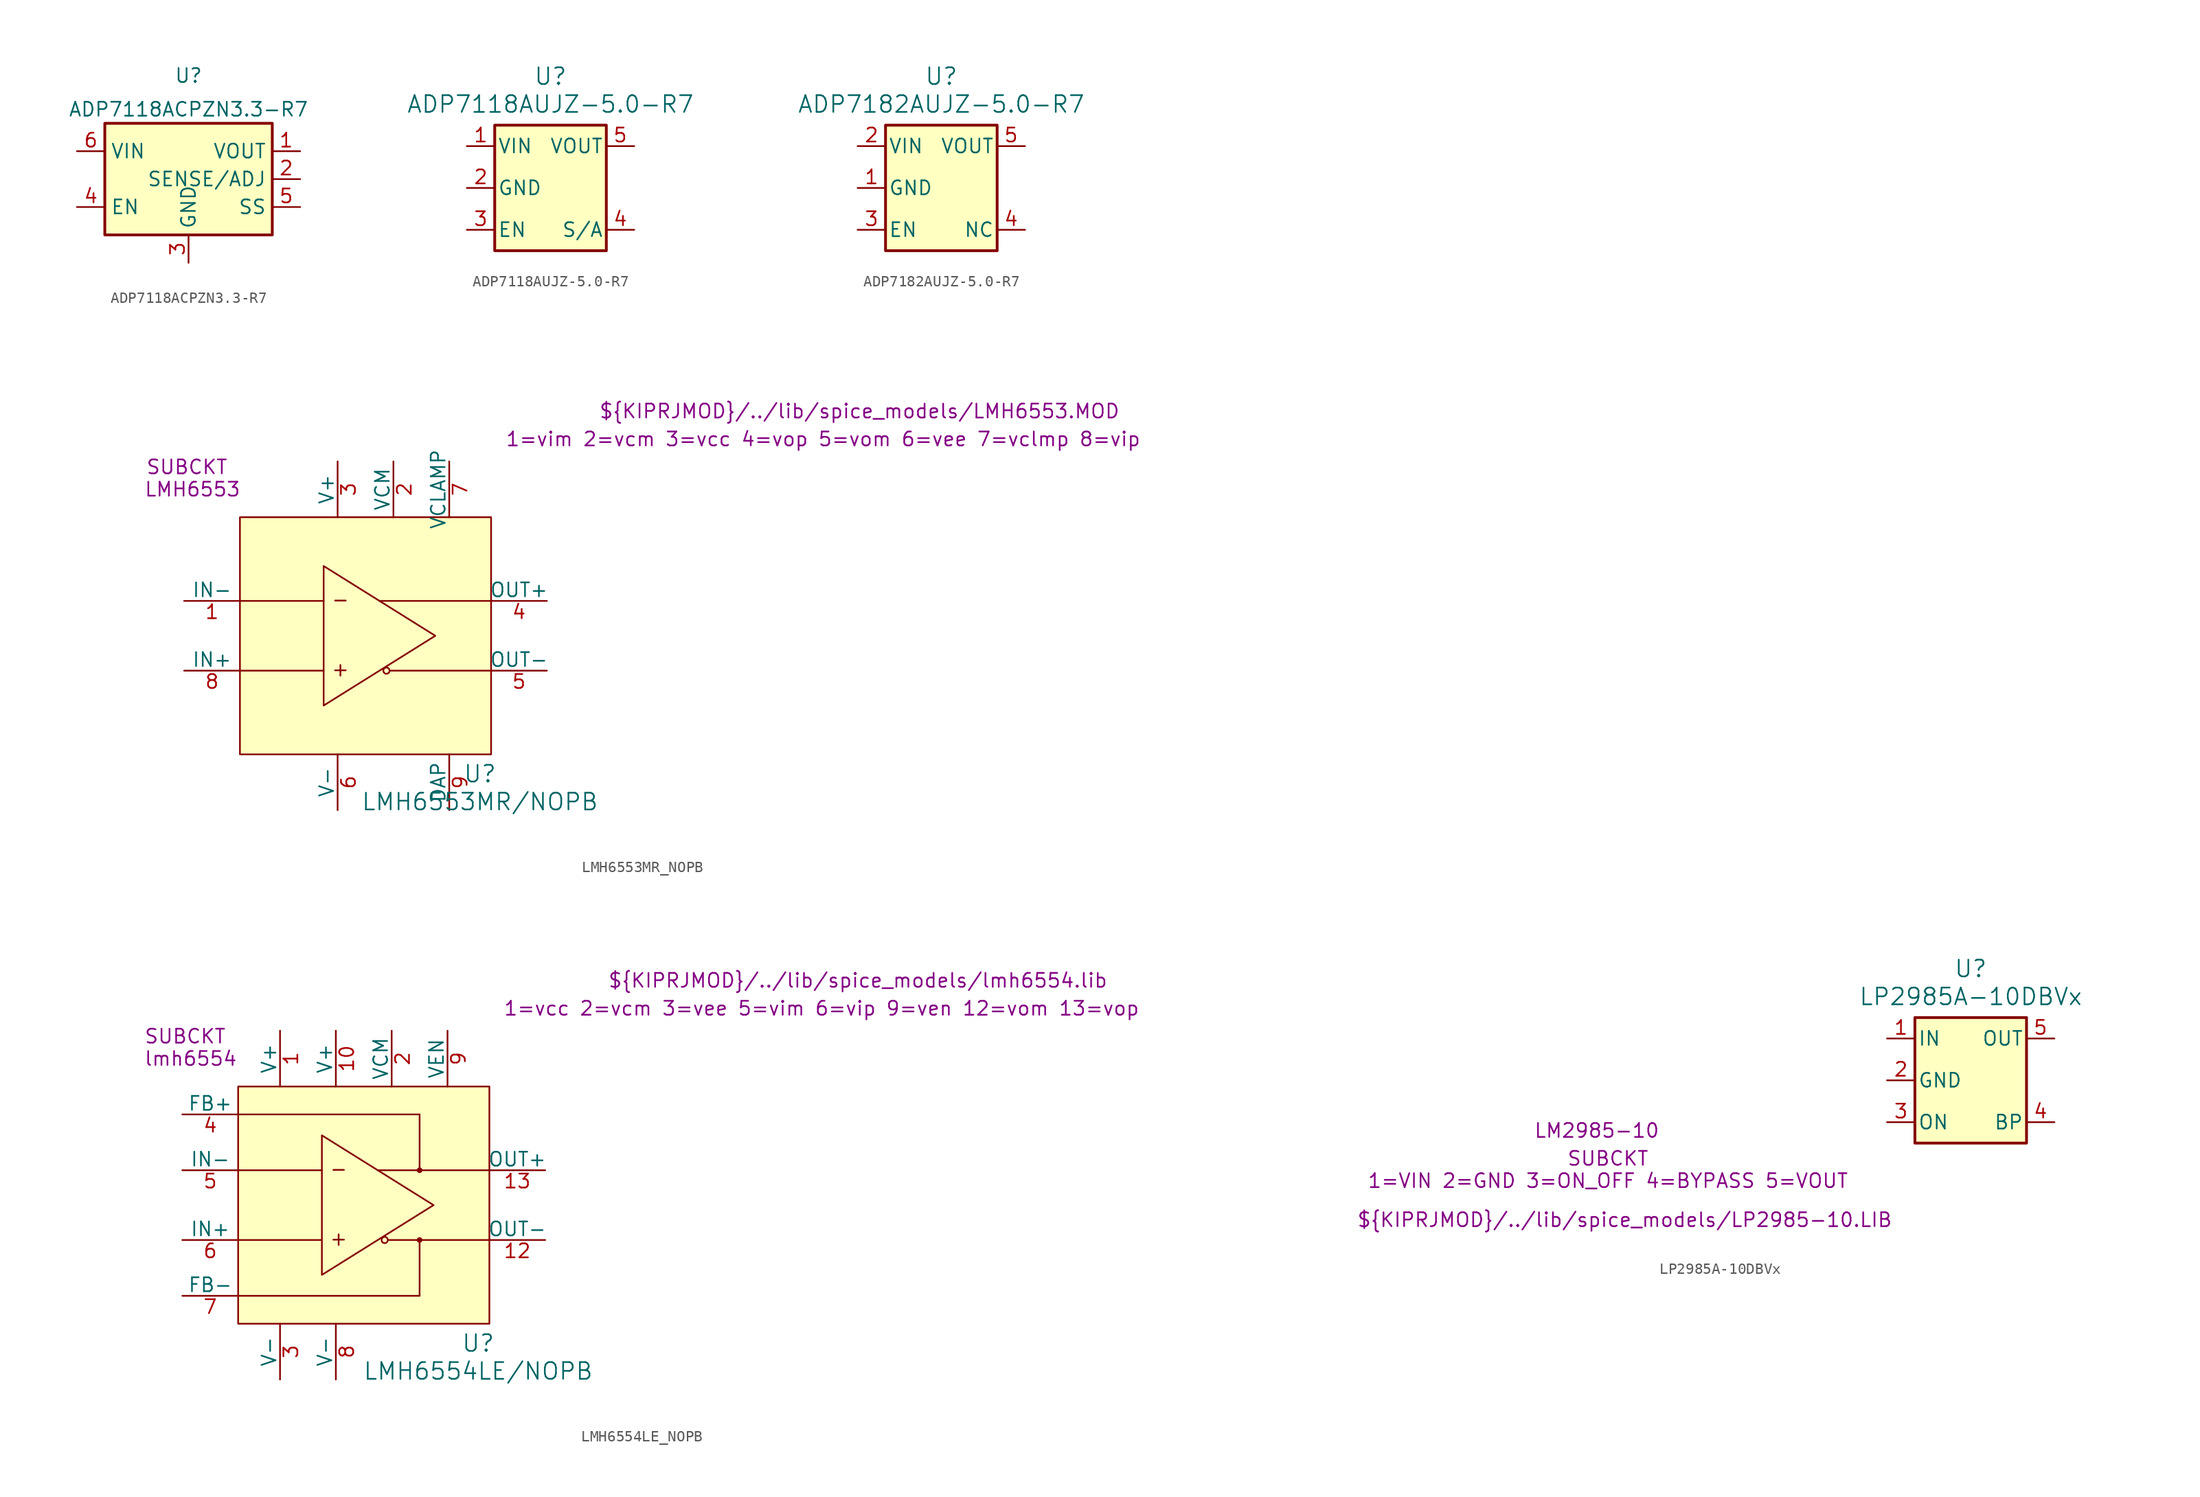
<source format=kicad_sym>
(kicad_symbol_lib
  (version 20241209)
  (generator "kicad_symbol_editor")
  (generator_version "9.0")
  (symbol "ADP7118ACPZN3.3-R7"
    (property "Reference" "U"
      (at 0 10.16 0)
      (effects (font (size 1.27 1.27)) (justify top)))
    (property "Value" "ADP7118ACPZN3.3-R7"
      (at 0 6.35 0)
      (effects (font (size 1.27 1.27))))
    (symbol "ADP7118ACPZN3.3-R7_0_1"
      (rectangle (start -7.62 5.08) (end 7.62 -5.08) (stroke (width 0.254) (type default)) (fill (type background))))
    (symbol "ADP7118ACPZN3.3-R7_1_1"
      (pin power_in line (at -10.16 2.54 0) (length 2.54) (name "VIN" (effects (font (size 1.27 1.27)))) (number "6" (effects (font (size 1.27 1.27)))))
      (pin input line (at -10.16 -2.54 0) (length 2.54) (name "EN" (effects (font (size 1.27 1.27)))) (number "4" (effects (font (size 1.27 1.27)))))
      (pin power_in line (at 0 -7.62 90) (length 2.54) (name "GND" (effects (font (size 1.27 1.27)))) (number "3" (effects (font (size 1.27 1.27)))))
      (pin passive line (at 0 -7.62 90) (length 2.54) (hide yes) (name "GND" (effects (font (size 1.27 1.27)))) (number "7" (effects (font (size 1.27 1.27)))))
      (pin power_out line (at 10.16 2.54 180) (length 2.54) (name "VOUT" (effects (font (size 1.27 1.27)))) (number "1" (effects (font (size 1.27 1.27)))))
      (pin input line (at 10.16 0 180) (length 2.54) (name "SENSE/ADJ" (effects (font (size 1.27 1.27)))) (number "2" (effects (font (size 1.27 1.27)))))
      (pin passive line (at 10.16 -2.54 180) (length 2.54) (name "SS" (effects (font (size 1.27 1.27)))) (number "5" (effects (font (size 1.27 1.27)))))))
  (symbol "ADP7118AUJZ-5.0-R7"
    (pin_names
      (offset 0.254))
    (property "Reference" "U"
      (at 7.62 6.35 0)
      (effects (font (size 1.524 1.524))))
    (property "Value" "ADP7118AUJZ-5.0-R7"
      (at 7.62 3.81 0)
      (effects (font (size 1.524 1.524))))
    (symbol "ADP7118AUJZ-5.0-R7_0_1"
      (rectangle (start 2.54 1.905) (end 12.7 -9.525) (stroke (width 0.254) (type default)) (fill (type background))))
    (symbol "ADP7118AUJZ-5.0-R7_1_1"
      (pin power_in line (at 0 0 0) (length 2.54) (name "VIN" (effects (font (size 1.27 1.27)))) (number "1" (effects (font (size 1.27 1.27)))))
      (pin power_in line (at 0 -3.81 0) (length 2.54) (name "GND" (effects (font (size 1.27 1.27)))) (number "2" (effects (font (size 1.27 1.27)))))
      (pin input line (at 0 -7.62 0) (length 2.54) (name "EN" (effects (font (size 1.27 1.27)))) (number "3" (effects (font (size 1.27 1.27)))))
      (pin power_out line (at 15.24 0 180) (length 2.54) (name "VOUT" (effects (font (size 1.27 1.27)))) (number "5" (effects (font (size 1.27 1.27)))))
      (pin input line (at 15.24 -7.62 180) (length 2.54) (name "S/A" (effects (font (size 1.27 1.27)))) (number "4" (effects (font (size 1.27 1.27)))))))
  (symbol "ADP7182AUJZ-5.0-R7"
    (pin_names
      (offset 0.254))
    (property "Reference" "U"
      (at 7.62 6.35 0)
      (effects (font (size 1.524 1.524))))
    (property "Value" "ADP7182AUJZ-5.0-R7"
      (at 7.62 3.81 0)
      (effects (font (size 1.524 1.524))))
    (symbol "ADP7182AUJZ-5.0-R7_0_1"
      (rectangle (start 2.54 1.905) (end 12.7 -9.525) (stroke (width 0.254) (type default)) (fill (type background))))
    (symbol "ADP7182AUJZ-5.0-R7_1_1"
      (pin power_in line (at 0 0 0) (length 2.54) (name "VIN" (effects (font (size 1.27 1.27)))) (number "2" (effects (font (size 1.27 1.27)))))
      (pin power_in line (at 0 -3.81 0) (length 2.54) (name "GND" (effects (font (size 1.27 1.27)))) (number "1" (effects (font (size 1.27 1.27)))))
      (pin input line (at 0 -7.62 0) (length 2.54) (name "EN" (effects (font (size 1.27 1.27)))) (number "3" (effects (font (size 1.27 1.27)))))
      (pin power_out line (at 15.24 0 180) (length 2.54) (name "VOUT" (effects (font (size 1.27 1.27)))) (number "5" (effects (font (size 1.27 1.27)))))
      (pin passive line (at 15.24 -7.62 180) (length 2.54) (name "NC" (effects (font (size 1.27 1.27)))) (number "4" (effects (font (size 1.27 1.27)))))))
  (symbol "LMH6553MR_NOPB"
    (pin_names
      (offset 0))
    (property "Reference" "U"
      (at 18.034 -28.448 0)
      (effects (font (size 1.524 1.524))))
    (property "Value" "LMH6553MR/NOPB"
      (at 18.034 -30.988 0)
      (effects (font (size 1.524 1.524))))
    (property "Sim.Library" "${KIPRJMOD}/../lib/spice_models/LMH6553.MOD"
      (at 52.578 4.572 0)
      (effects (font (size 1.27 1.27))))
    (property "Sim.Name" "LMH6553"
      (at -8.128 -2.54 0)
      (effects (font (size 1.27 1.27))))
    (property "Sim.Device" "SUBCKT"
      (at -8.636 -0.508 0)
      (effects (font (size 1.27 1.27))))
    (property "Sim.Pins" "1=vim 2=vcm 3=vcc 4=vop 5=vom 6=vee 7=vclmp 8=vip"
      (at 49.276 2.032 0)
      (effects (font (size 1.27 1.27))))
    (symbol "LMH6553MR_NOPB_1_1"
      (rectangle (start -3.81 -5.08) (end 19.05 -26.67) (stroke (width 0) (type default)) (fill (type background)))
      (polyline (pts (xy 3.81 -9.525) (xy 13.97 -15.875) (xy 3.81 -22.225) (xy 3.81 -9.525)) (stroke (width 0) (type default)) (fill (type none)))
      (polyline (pts (xy 3.81 -12.7) (xy -3.81 -12.7)) (stroke (width 0) (type default)) (fill (type none)))
      (polyline (pts (xy 3.81 -19.05) (xy -3.81 -19.05)) (stroke (width 0) (type default)) (fill (type none)))
      (circle (center 9.525 -19.05) (radius 0.284) (stroke (width 0) (type default)) (fill (type none)))
      (polyline (pts (xy 19.05 -12.7) (xy 8.89 -12.7)) (stroke (width 0) (type default)) (fill (type none)))
      (polyline (pts (xy 19.05 -19.05) (xy 9.906 -19.05)) (stroke (width 0) (type default)) (fill (type none)))
      (text "-" (at 5.334 -12.573 0) (effects (font (size 1.27 1.27))))
      (text "+" (at 5.334 -18.923 0) (effects (font (size 1.27 1.27))))
      (pin input line (at -8.89 -12.7 0) (length 5.08) (name "IN-" (effects (font (size 1.27 1.27)))) (number "1" (effects (font (size 1.27 1.27)))))
      (pin input line (at -8.89 -19.05 0) (length 5.08) (name "IN+" (effects (font (size 1.27 1.27)))) (number "8" (effects (font (size 1.27 1.27)))))
      (pin power_in line (at 5.08 0 270) (length 5.08) (name "V+" (effects (font (size 1.27 1.27)))) (number "3" (effects (font (size 1.27 1.27)))))
      (pin power_in line (at 5.08 -31.75 90) (length 5.08) (name "V-" (effects (font (size 1.27 1.27)))) (number "6" (effects (font (size 1.27 1.27)))))
      (pin input line (at 10.16 0 270) (length 5.08) (name "VCM" (effects (font (size 1.27 1.27)))) (number "2" (effects (font (size 1.27 1.27)))))
      (pin input line (at 15.24 0 270) (length 5.08) (name "VCLAMP" (effects (font (size 1.27 1.27)))) (number "7" (effects (font (size 1.27 1.27)))))
      (pin passive line (at 15.24 -31.75 90) (length 5.08) (name "DAP" (effects (font (size 1.27 1.27)))) (number "9" (effects (font (size 1.27 1.27)))))
      (pin output line (at 24.13 -12.7 180) (length 5.08) (name "OUT+" (effects (font (size 1.27 1.27)))) (number "4" (effects (font (size 1.27 1.27)))))
      (pin output line (at 24.13 -19.05 180) (length 5.08) (name "OUT-" (effects (font (size 1.27 1.27)))) (number "5" (effects (font (size 1.27 1.27)))))))
  (symbol "LMH6554LE_NOPB"
    (pin_names
      (offset 0))
    (property "Reference" "U"
      (at 18.034 -28.448 0)
      (effects (font (size 1.524 1.524))))
    (property "Value" "LMH6554LE/NOPB"
      (at 18.034 -30.988 0)
      (effects (font (size 1.524 1.524))))
    (property "Sim.Library" "${KIPRJMOD}/../lib/spice_models/lmh6554.lib"
      (at 52.578 4.572 0)
      (effects (font (size 1.27 1.27))))
    (property "Sim.Name" "lmh6554"
      (at -8.128 -2.54 0)
      (effects (font (size 1.27 1.27))))
    (property "Sim.Device" "SUBCKT"
      (at -8.636 -0.508 0)
      (effects (font (size 1.27 1.27))))
    (property "Sim.Pins" "1=vcc 2=vcm 3=vee 5=vim 6=vip 9=ven 12=vom 13=vop"
      (at 49.276 2.032 0)
      (effects (font (size 1.27 1.27))))
    (symbol "LMH6554LE_NOPB_0_1"
      (polyline (pts (xy 12.7 -7.62) (xy -3.81 -7.62)) (stroke (width 0) (type default)) (fill (type none)))
      (polyline (pts (xy 12.7 -24.13) (xy -3.81 -24.13)) (stroke (width 0) (type default)) (fill (type none)))
      (pin output line (at -8.89 -7.62 0) (length 5.08) (name "FB+" (effects (font (size 1.27 1.27)))) (number "4" (effects (font (size 1.27 1.27)))))
      (pin output line (at -8.89 -24.13 0) (length 5.08) (name "FB-" (effects (font (size 1.27 1.27)))) (number "7" (effects (font (size 1.27 1.27)))))
      (pin power_in line (at 0 0 270) (length 5.08) (name "V+" (effects (font (size 1.27 1.27)))) (number "1" (effects (font (size 1.27 1.27)))))
      (pin power_in line (at 0 -31.75 90) (length 5.08) (name "V-" (effects (font (size 1.27 1.27)))) (number "3" (effects (font (size 1.27 1.27)))))
      (pin power_in line (at 5.08 0 270) (length 5.08) (name "V+" (effects (font (size 1.27 1.27)))) (number "10" (effects (font (size 1.27 1.27)))))
      (pin power_in line (at 5.08 -31.75 90) (length 5.08) (name "V-" (effects (font (size 1.27 1.27)))) (number "8" (effects (font (size 1.27 1.27)))))
      (pin no_connect line (at 10.16 -31.75 90) (length 5.08) (hide yes) (name "NC" (effects (font (size 1.27 1.27)))) (number "11" (effects (font (size 1.27 1.27)))))
      (pin unspecified line (at 15.24 0 270) (length 5.08) (name "VEN" (effects (font (size 1.27 1.27)))) (number "9" (effects (font (size 1.27 1.27)))))
      (pin no_connect line (at 15.24 -31.75 90) (length 5.08) (hide yes) (name "NC" (effects (font (size 1.27 1.27)))) (number "14" (effects (font (size 1.27 1.27)))))
      (pin output line (at 24.13 -12.7 180) (length 5.08) (name "OUT+" (effects (font (size 1.27 1.27)))) (number "13" (effects (font (size 1.27 1.27)))))
      (pin output line (at 24.13 -19.05 180) (length 5.08) (name "OUT-" (effects (font (size 1.27 1.27)))) (number "12" (effects (font (size 1.27 1.27))))))
    (symbol "LMH6554LE_NOPB_1_1"
      (rectangle (start -3.81 -5.08) (end 19.05 -26.67) (stroke (width 0) (type default)) (fill (type background)))
      (polyline (pts (xy 3.81 -9.525) (xy 13.97 -15.875) (xy 3.81 -22.225) (xy 3.81 -9.525)) (stroke (width 0) (type default)) (fill (type none)))
      (polyline (pts (xy 3.81 -12.7) (xy -3.81 -12.7)) (stroke (width 0) (type default)) (fill (type none)))
      (polyline (pts (xy 3.81 -19.05) (xy -3.81 -19.05)) (stroke (width 0) (type default)) (fill (type none)))
      (circle (center 9.525 -19.05) (radius 0.284) (stroke (width 0) (type default)) (fill (type none)))
      (polyline (pts (xy 12.7 -12.7) (xy 12.7 -7.62)) (stroke (width 0) (type default)) (fill (type none)))
      (circle (center 12.7 -12.7) (radius 0.18) (stroke (width 0) (type default)) (fill (type outline)))
      (polyline (pts (xy 12.7 -19.05) (xy 12.7 -24.13)) (stroke (width 0) (type default)) (fill (type none)))
      (circle (center 12.7 -19.05) (radius 0.18) (stroke (width 0) (type default)) (fill (type outline)))
      (polyline (pts (xy 19.05 -12.7) (xy 8.89 -12.7)) (stroke (width 0) (type default)) (fill (type none)))
      (polyline (pts (xy 19.05 -19.05) (xy 9.906 -19.05)) (stroke (width 0) (type default)) (fill (type none)))
      (text "-" (at 5.334 -12.573 0) (effects (font (size 1.27 1.27))))
      (text "+" (at 5.334 -18.923 0) (effects (font (size 1.27 1.27))))
      (pin input line (at -8.89 -12.7 0) (length 5.08) (name "IN-" (effects (font (size 1.27 1.27)))) (number "5" (effects (font (size 1.27 1.27)))))
      (pin input line (at -8.89 -19.05 0) (length 5.08) (name "IN+" (effects (font (size 1.27 1.27)))) (number "6" (effects (font (size 1.27 1.27)))))
      (pin input line (at 10.16 0 270) (length 5.08) (name "VCM" (effects (font (size 1.27 1.27)))) (number "2" (effects (font (size 1.27 1.27)))))))
  (symbol "LP2985A-10DBVx"
    (pin_names
      (offset 0.254))
    (property "Reference" "U"
      (at 7.62 6.35 0)
      (effects (font (size 1.524 1.524))))
    (property "Value" "LP2985A-10DBVx"
      (at 7.62 3.81 0)
      (effects (font (size 1.524 1.524))))
    (property "Sim.Library" "${KIPRJMOD}/../lib/spice_models/LP2985-10.LIB"
      (at -23.876 -16.51 0)
      (effects (font (size 1.27 1.27))))
    (property "Sim.Name" "LM2985-10"
      (at -26.416 -8.382 0)
      (effects (font (size 1.27 1.27))))
    (property "Sim.Device" "SUBCKT"
      (at -25.4 -10.922 0)
      (effects (font (size 1.27 1.27))))
    (property "Sim.Pins" "1=VIN 2=GND 3=ON_OFF 4=BYPASS 5=VOUT"
      (at -25.4 -12.954 0)
      (effects (font (size 1.27 1.27))))
    (symbol "LP2985A-10DBVx_0_1"
      (rectangle (start 2.54 1.905) (end 12.7 -9.525) (stroke (width 0.254) (type default)) (fill (type background))))
    (symbol "LP2985A-10DBVx_1_1"
      (pin power_in line (at 0 0 0) (length 2.54) (name "IN" (effects (font (size 1.27 1.27)))) (number "1" (effects (font (size 1.27 1.27)))))
      (pin power_in line (at 0 -3.81 0) (length 2.54) (name "GND" (effects (font (size 1.27 1.27)))) (number "2" (effects (font (size 1.27 1.27)))))
      (pin input line (at 0 -7.62 0) (length 2.54) (name "ON" (effects (font (size 1.27 1.27)))) (number "3" (effects (font (size 1.27 1.27)))))
      (pin power_out line (at 15.24 0 180) (length 2.54) (name "OUT" (effects (font (size 1.27 1.27)))) (number "5" (effects (font (size 1.27 1.27)))))
      (pin input line (at 15.24 -7.62 180) (length 2.54) (name "BP" (effects (font (size 1.27 1.27)))) (number "4" (effects (font (size 1.27 1.27))))))))
</source>
